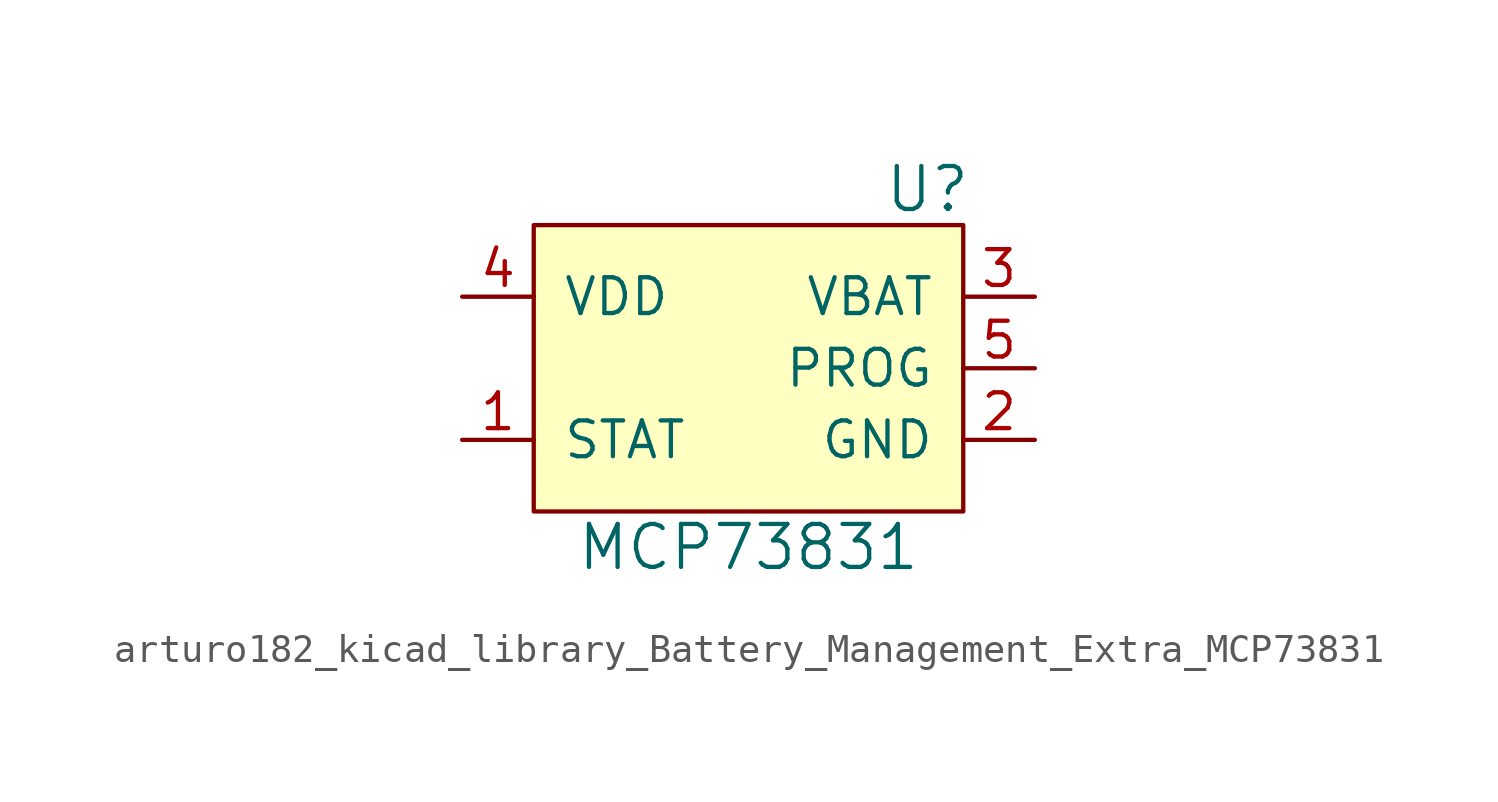
<source format=kicad_sym>
(kicad_symbol_lib
  (version 20220914)
  (generator kicad_symbol_editor)
  (symbol "arturo182_kicad_library_Battery_Management_Extra_MCP73831"
    (pin_names
      (offset 1.016))
    (property "Reference" "U"
      (at 6.35 6.35 0)
      (effects (font (size 1.524 1.524))))
    (property "Value" "MCP73831"
      (at 0 -6.35 0)
      (effects (font (size 1.524 1.524))))
    (symbol "arturo182_kicad_library_Battery_Management_Extra_MCP73831_0_1"
      (rectangle (start -7.62 5.08) (end 7.62 -5.08) (stroke (width 0) (type default) (color 0 0 0 0)) (fill (type background))))
    (symbol "arturo182_kicad_library_Battery_Management_Extra_MCP73831_1_1"
      (pin output line (at -10.16 -2.54 0) (length 2.54) (name "STAT" (effects (font (size 1.27 1.27)))) (number "1" (effects (font (size 1.27 1.27)))))
      (pin power_in line (at 10.16 -2.54 180) (length 2.54) (name "GND" (effects (font (size 1.27 1.27)))) (number "2" (effects (font (size 1.27 1.27)))))
      (pin power_out line (at 10.16 2.54 180) (length 2.54) (name "VBAT" (effects (font (size 1.27 1.27)))) (number "3" (effects (font (size 1.27 1.27)))))
      (pin power_in line (at -10.16 2.54 0) (length 2.54) (name "VDD" (effects (font (size 1.27 1.27)))) (number "4" (effects (font (size 1.27 1.27)))))
      (pin input line (at 10.16 0 180) (length 2.54) (name "PROG" (effects (font (size 1.27 1.27)))) (number "5" (effects (font (size 1.27 1.27))))))))
</source>
